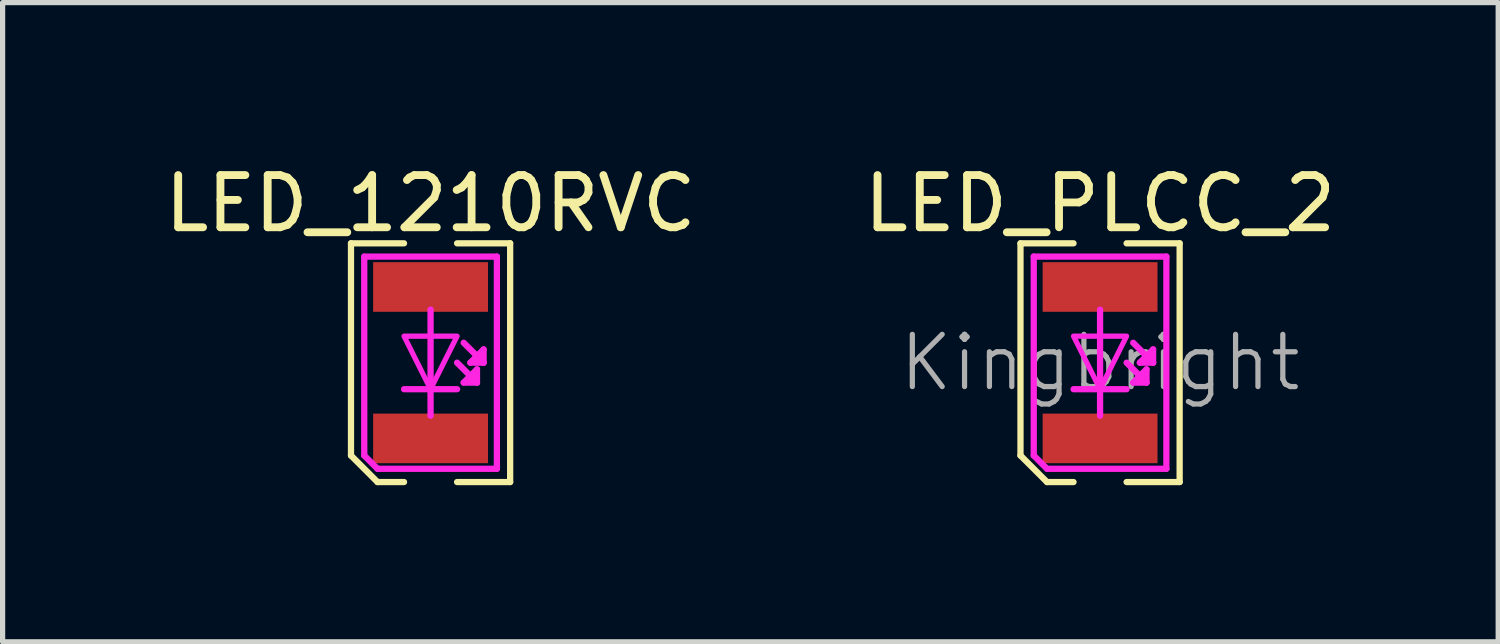
<source format=kicad_pcb>
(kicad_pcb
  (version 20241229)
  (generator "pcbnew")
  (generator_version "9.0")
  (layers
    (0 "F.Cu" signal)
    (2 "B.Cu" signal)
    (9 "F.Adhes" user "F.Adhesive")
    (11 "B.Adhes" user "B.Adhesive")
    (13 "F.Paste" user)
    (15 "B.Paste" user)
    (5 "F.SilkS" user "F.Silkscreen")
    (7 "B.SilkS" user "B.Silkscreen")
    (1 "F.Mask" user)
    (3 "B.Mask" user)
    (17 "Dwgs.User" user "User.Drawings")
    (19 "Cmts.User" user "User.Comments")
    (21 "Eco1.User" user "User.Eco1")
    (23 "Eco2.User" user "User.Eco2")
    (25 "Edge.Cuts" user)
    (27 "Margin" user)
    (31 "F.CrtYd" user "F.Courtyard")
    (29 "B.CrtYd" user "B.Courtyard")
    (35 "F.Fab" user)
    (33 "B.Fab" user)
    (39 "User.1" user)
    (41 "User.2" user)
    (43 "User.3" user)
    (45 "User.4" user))
  (footprint "LED_PLCC_2"
    (layer "F.Cu")
    (at 18.018 3.896)
    (property "Reference" "LED_PLCC_2" (at 0 -3.048 0) (layer "F.SilkS") (effects (font (size 1 1) (thickness 0.15))))
    (property "Manufacturer" "Kingbright" (at 0 0 0) (layer "F.Fab") (effects (font (size 1 1) (thickness 0.1))))
    (attr smd)
    (fp_line (start -1.524 -2.286) (end -0.508 -2.286) (stroke (width 0.12) (type solid)) (layer "F.SilkS"))
    (fp_line (start -1.524 1.778) (end -1.524 -2.286) (stroke (width 0.12) (type solid)) (layer "F.SilkS"))
    (fp_line (start -1.524 1.778) (end -1.016 2.286) (stroke (width 0.12) (type solid)) (layer "F.SilkS"))
    (fp_line (start -1.016 2.286) (end -0.508 2.286) (stroke (width 0.12) (type solid)) (layer "F.SilkS"))
    (fp_line (start 1.524 -2.286) (end 0.508 -2.286) (stroke (width 0.12) (type solid)) (layer "F.SilkS"))
    (fp_line (start 1.524 -2.286) (end 1.524 2.286) (stroke (width 0.12) (type solid)) (layer "F.SilkS"))
    (fp_line (start 1.524 2.286) (end 0.508 2.286) (stroke (width 0.12) (type solid)) (layer "F.SilkS"))
    (fp_line (start -1.27 -2.032) (end 1.27 -2.032) (stroke (width 0.12) (type solid)) (layer "F.CrtYd"))
    (fp_line (start -1.27 1.778) (end -1.27 -2.032) (stroke (width 0.12) (type solid)) (layer "F.CrtYd"))
    (fp_line (start -1.016 2.032) (end -1.27 1.778) (stroke (width 0.12) (type solid)) (layer "F.CrtYd"))
    (fp_line (start -0.508 0.508) (end 0.508 0.508) (stroke (width 0.12) (type solid)) (layer "F.CrtYd"))
    (fp_line (start 0 -1.016) (end 0 1.016) (stroke (width 0.12) (type solid)) (layer "F.CrtYd"))
    (fp_line (start 0.508 0) (end 0.762 0.254) (stroke (width 0.12) (type solid)) (layer "F.CrtYd"))
    (fp_line (start 0.635 -0.381) (end 0.889 -0.127) (stroke (width 0.12) (type solid)) (layer "F.CrtYd"))
    (fp_line (start 0.635 0.381) (end 0.889 0.381) (stroke (width 0.12) (type solid)) (layer "F.CrtYd"))
    (fp_line (start 0.762 0) (end 1.016 0) (stroke (width 0.12) (type solid)) (layer "F.CrtYd"))
    (fp_line (start 0.762 0.254) (end 0.635 0.381) (stroke (width 0.12) (type solid)) (layer "F.CrtYd"))
    (fp_line (start 0.762 0.254) (end 0.889 0.381) (stroke (width 0.12) (type solid)) (layer "F.CrtYd"))
    (fp_line (start 0.889 -0.127) (end 0.762 0) (stroke (width 0.12) (type solid)) (layer "F.CrtYd"))
    (fp_line (start 0.889 -0.127) (end 1.016 0) (stroke (width 0.12) (type solid)) (layer "F.CrtYd"))
    (fp_line (start 0.889 0.127) (end 0.762 0.254) (stroke (width 0.12) (type solid)) (layer "F.CrtYd"))
    (fp_line (start 0.889 0.381) (end 0.889 0.127) (stroke (width 0.12) (type solid)) (layer "F.CrtYd"))
    (fp_line (start 1.016 -0.254) (end 0.889 -0.127) (stroke (width 0.12) (type solid)) (layer "F.CrtYd"))
    (fp_line (start 1.016 0) (end 1.016 -0.254) (stroke (width 0.12) (type solid)) (layer "F.CrtYd"))
    (fp_line (start 1.27 -2.032) (end 1.27 2.032) (stroke (width 0.12) (type solid)) (layer "F.CrtYd"))
    (fp_line (start 1.27 2.032) (end -1.016 2.032) (stroke (width 0.12) (type solid)) (layer "F.CrtYd"))
    (fp_poly (pts (xy 0 0.508) (xy -0.508 -0.508) (xy 0.508 -0.508)) (stroke (width 0.1) (type solid)) (fill no) (layer "F.CrtYd"))
    (pad "1" smd rect (at 0 1.45) (size 2.2 0.95) (layers "F.Cu" "F.Mask" "F.Paste"))
    (pad "2" smd rect (at 0 -1.45) (size 2.2 0.95) (layers "F.Cu" "F.Mask" "F.Paste")))
  (footprint "LED_1210RVC"
    (layer "F.Cu")
    (at 5.196 3.896)
    (property "Reference" "LED_1210RVC" (at 0 -3.048 0) (layer "F.SilkS") (effects (font (size 1 1) (thickness 0.15))))
    (attr smd)
    (fp_line (start -1.524 -2.286) (end -0.508 -2.286) (stroke (width 0.12) (type solid)) (layer "F.SilkS"))
    (fp_line (start -1.524 1.778) (end -1.524 -2.286) (stroke (width 0.12) (type solid)) (layer "F.SilkS"))
    (fp_line (start -1.524 1.778) (end -1.016 2.286) (stroke (width 0.12) (type solid)) (layer "F.SilkS"))
    (fp_line (start -1.016 2.286) (end -0.508 2.286) (stroke (width 0.12) (type solid)) (layer "F.SilkS"))
    (fp_line (start 1.524 -2.286) (end 0.508 -2.286) (stroke (width 0.12) (type solid)) (layer "F.SilkS"))
    (fp_line (start 1.524 -2.286) (end 1.524 2.286) (stroke (width 0.12) (type solid)) (layer "F.SilkS"))
    (fp_line (start 1.524 2.286) (end 0.508 2.286) (stroke (width 0.12) (type solid)) (layer "F.SilkS"))
    (fp_line (start -1.27 -2.032) (end 1.27 -2.032) (stroke (width 0.12) (type solid)) (layer "F.CrtYd"))
    (fp_line (start -1.27 1.778) (end -1.27 -2.032) (stroke (width 0.12) (type solid)) (layer "F.CrtYd"))
    (fp_line (start -1.016 2.032) (end -1.27 1.778) (stroke (width 0.12) (type solid)) (layer "F.CrtYd"))
    (fp_line (start -0.508 0.508) (end 0.508 0.508) (stroke (width 0.12) (type solid)) (layer "F.CrtYd"))
    (fp_line (start 0 -1.016) (end 0 1.016) (stroke (width 0.12) (type solid)) (layer "F.CrtYd"))
    (fp_line (start 0.508 0) (end 0.762 0.254) (stroke (width 0.12) (type solid)) (layer "F.CrtYd"))
    (fp_line (start 0.635 -0.381) (end 0.889 -0.127) (stroke (width 0.12) (type solid)) (layer "F.CrtYd"))
    (fp_line (start 0.635 0.381) (end 0.889 0.381) (stroke (width 0.12) (type solid)) (layer "F.CrtYd"))
    (fp_line (start 0.762 0) (end 1.016 0) (stroke (width 0.12) (type solid)) (layer "F.CrtYd"))
    (fp_line (start 0.762 0.254) (end 0.635 0.381) (stroke (width 0.12) (type solid)) (layer "F.CrtYd"))
    (fp_line (start 0.762 0.254) (end 0.889 0.381) (stroke (width 0.12) (type solid)) (layer "F.CrtYd"))
    (fp_line (start 0.889 -0.127) (end 0.762 0) (stroke (width 0.12) (type solid)) (layer "F.CrtYd"))
    (fp_line (start 0.889 -0.127) (end 1.016 0) (stroke (width 0.12) (type solid)) (layer "F.CrtYd"))
    (fp_line (start 0.889 0.127) (end 0.762 0.254) (stroke (width 0.12) (type solid)) (layer "F.CrtYd"))
    (fp_line (start 0.889 0.381) (end 0.889 0.127) (stroke (width 0.12) (type solid)) (layer "F.CrtYd"))
    (fp_line (start 1.016 -0.254) (end 0.889 -0.127) (stroke (width 0.12) (type solid)) (layer "F.CrtYd"))
    (fp_line (start 1.016 0) (end 1.016 -0.254) (stroke (width 0.12) (type solid)) (layer "F.CrtYd"))
    (fp_line (start 1.27 -2.032) (end 1.27 2.032) (stroke (width 0.12) (type solid)) (layer "F.CrtYd"))
    (fp_line (start 1.27 2.032) (end -1.016 2.032) (stroke (width 0.12) (type solid)) (layer "F.CrtYd"))
    (fp_poly (pts (xy 0 0.508) (xy -0.508 -0.508) (xy 0.508 -0.508)) (stroke (width 0.1) (type solid)) (fill no) (layer "F.CrtYd"))
    (pad "1" smd rect (at 0 1.45) (size 2.2 0.95) (layers "F.Cu" "F.Mask" "F.Paste"))
    (pad "2" smd rect (at 0 -1.45) (size 2.2 0.95) (layers "F.Cu" "F.Mask" "F.Paste")))
  (gr_rect
    (start -3 -3)
    (end 25.643 9.242)
    (stroke (width 0.1) (type default))
    (fill no)
    (layer "Edge.Cuts")))
</source>
